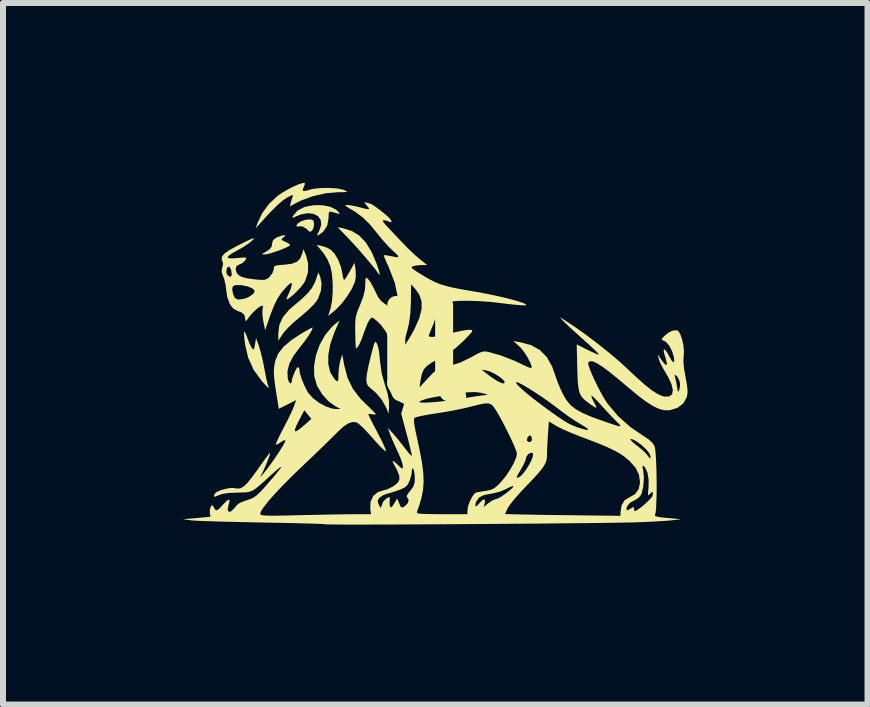
<source format=kicad_pcb>
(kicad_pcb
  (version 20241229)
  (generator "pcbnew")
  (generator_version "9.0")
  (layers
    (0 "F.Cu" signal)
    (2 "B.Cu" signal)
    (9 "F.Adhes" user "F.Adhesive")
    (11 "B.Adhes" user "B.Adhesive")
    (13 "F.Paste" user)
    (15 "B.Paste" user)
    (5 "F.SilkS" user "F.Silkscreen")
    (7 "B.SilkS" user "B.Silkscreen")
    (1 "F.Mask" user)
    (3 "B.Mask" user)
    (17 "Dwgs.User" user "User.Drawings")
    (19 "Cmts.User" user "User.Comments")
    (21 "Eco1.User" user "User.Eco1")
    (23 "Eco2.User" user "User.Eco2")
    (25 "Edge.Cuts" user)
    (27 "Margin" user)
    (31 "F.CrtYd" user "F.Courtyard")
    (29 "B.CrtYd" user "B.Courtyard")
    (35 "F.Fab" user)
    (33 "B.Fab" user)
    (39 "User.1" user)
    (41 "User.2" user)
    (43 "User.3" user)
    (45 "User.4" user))
  (footprint "ll"
    (layer "F.Cu")
    (at 3.991 2.869)
    (property "Reference" "ll" (at 0 0 0) (layer "F.SilkS") (effects (font (size 1.524 1.524) (thickness 0.3))))
    (attr board_only exclude_from_pos_files exclude_from_bom)
    (fp_poly (pts (xy -1.819 -2.244) (xy -1.807 -2.203) (xy -1.806 -2.194) (xy -1.811 -2.132) (xy -1.835 -2.079) (xy -1.867 -2.054) (xy -1.874 -2.054) (xy -1.9 -2.072) (xy -1.936 -2.107) (xy -1.999 -2.145) (xy -2.042 -2.146) (xy -2.087 -2.143) (xy -2.102 -2.152) (xy -2.08 -2.192) (xy -2.024 -2.228) (xy -1.95 -2.254) (xy -1.912 -2.259) (xy -1.848 -2.259)) (stroke (width 0) (type solid)) (fill yes) (layer "F.SilkS"))
    (fp_poly (pts (xy -1.326 -2.115) (xy -1.178 -2.069) (xy -1.051 -1.991) (xy -0.942 -1.876) (xy -0.847 -1.721) (xy -0.762 -1.522) (xy -0.748 -1.481) (xy -0.719 -1.389) (xy -0.709 -1.342) (xy -0.72 -1.34) (xy -0.742 -1.371) (xy -0.783 -1.428) (xy -0.85 -1.511) (xy -0.935 -1.612) (xy -1.029 -1.721) (xy -1.125 -1.829) (xy -1.214 -1.925) (xy -1.248 -1.961) (xy -1.414 -2.132)) (stroke (width 0) (type solid)) (fill yes) (layer "F.SilkS"))
    (fp_poly (pts (xy -1.702 -1.302) (xy -1.68 -1.19) (xy -1.693 -1.064) (xy -1.739 -0.941) (xy -1.768 -0.894) (xy -1.819 -0.834) (xy -1.897 -0.757) (xy -1.991 -0.674) (xy -2.047 -0.627) (xy -2.144 -0.546) (xy -2.234 -0.46) (xy -2.303 -0.385) (xy -2.329 -0.35) (xy -2.402 -0.238) (xy -2.402 -0.361) (xy -2.384 -0.503) (xy -2.325 -0.632) (xy -2.223 -0.754) (xy -2.144 -0.823) (xy -2.01 -0.935) (xy -1.911 -1.031) (xy -1.842 -1.117) (xy -1.795 -1.203) (xy -1.777 -1.251) (xy -1.734 -1.379)) (stroke (width 0) (type solid)) (fill yes) (layer "F.SilkS"))
    (fp_poly (pts (xy -0.768 -0.208) (xy -0.754 -0.183) (xy -0.735 -0.124) (xy -0.719 -0.033) (xy -0.709 0.071) (xy -0.708 0.084) (xy -0.678 0.305) (xy -0.623 0.5) (xy -0.579 0.643) (xy -0.558 0.756) (xy -0.555 0.848) (xy -0.563 0.976) (xy -0.608 0.867) (xy -0.675 0.747) (xy -0.773 0.631) (xy -0.875 0.543) (xy -0.909 0.51) (xy -0.929 0.464) (xy -0.934 0.399) (xy -0.923 0.305) (xy -0.898 0.178) (xy -0.862 0.028) (xy -0.831 -0.092) (xy -0.81 -0.169) (xy -0.794 -0.21) (xy -0.781 -0.221)) (stroke (width 0) (type solid)) (fill yes) (layer "F.SilkS"))
    (fp_poly (pts (xy -2.287 -1.989) (xy -2.313 -1.964) (xy -2.345 -1.937) (xy -2.345 -1.919) (xy -2.309 -1.899) (xy -2.271 -1.882) (xy -2.222 -1.856) (xy -2.202 -1.834) (xy -2.225 -1.815) (xy -2.282 -1.787) (xy -2.361 -1.754) (xy -2.449 -1.723) (xy -2.533 -1.696) (xy -2.6 -1.68) (xy -2.628 -1.677) (xy -2.667 -1.68) (xy -2.668 -1.689) (xy -2.626 -1.713) (xy -2.615 -1.719) (xy -2.545 -1.764) (xy -2.511 -1.812) (xy -2.503 -1.872) (xy -2.486 -1.921) (xy -2.43 -1.959) (xy -2.416 -1.966) (xy -2.342 -1.992) (xy -2.297 -2)) (stroke (width 0) (type solid)) (fill yes) (layer "F.SilkS"))
    (fp_poly (pts (xy -2.957 -0.377) (xy -2.933 -0.328) (xy -2.917 -0.283) (xy -2.886 -0.203) (xy -2.855 -0.138) (xy -2.842 -0.117) (xy -2.82 -0.094) (xy -2.806 -0.104) (xy -2.794 -0.153) (xy -2.79 -0.177) (xy -2.772 -0.283) (xy -2.724 -0.148) (xy -2.697 -0.058) (xy -2.668 0.06) (xy -2.642 0.182) (xy -2.637 0.21) (xy -2.617 0.317) (xy -2.598 0.411) (xy -2.581 0.477) (xy -2.576 0.491) (xy -2.563 0.536) (xy -2.564 0.551) (xy -2.584 0.533) (xy -2.627 0.488) (xy -2.678 0.432) (xy -2.813 0.246) (xy -2.905 0.041) (xy -2.954 -0.171) (xy -2.966 -0.267) (xy -2.973 -0.343) (xy -2.973 -0.386) (xy -2.971 -0.391)) (stroke (width 0) (type solid)) (fill yes) (layer "F.SilkS"))
    (fp_poly (pts (xy -1.676 -1.818) (xy -1.596 -1.793) (xy -1.527 -1.756) (xy -1.46 -1.686) (xy -1.4 -1.582) (xy -1.355 -1.462) (xy -1.336 -1.371) (xy -1.324 -1.302) (xy -1.311 -1.259) (xy -1.304 -1.252) (xy -1.285 -1.272) (xy -1.251 -1.325) (xy -1.21 -1.395) (xy -1.131 -1.538) (xy -1.113 -1.422) (xy -1.109 -1.31) (xy -1.125 -1.217) (xy -1.176 -1.104) (xy -1.254 -0.978) (xy -1.346 -0.857) (xy -1.441 -0.759) (xy -1.457 -0.745) (xy -1.571 -0.652) (xy -1.533 -0.77) (xy -1.508 -0.889) (xy -1.495 -1.038) (xy -1.495 -1.198) (xy -1.507 -1.35) (xy -1.532 -1.474) (xy -1.533 -1.477) (xy -1.58 -1.589) (xy -1.647 -1.698) (xy -1.669 -1.725) (xy -1.763 -1.835)) (stroke (width 0) (type solid)) (fill yes) (layer "F.SilkS"))
    (fp_poly (pts (xy -1.662 -2.497) (xy -1.538 -2.473) (xy -1.442 -2.426) (xy -1.411 -2.399) (xy -1.38 -2.362) (xy -1.384 -2.353) (xy -1.42 -2.362) (xy -1.486 -2.38) (xy -1.52 -2.39) (xy -1.547 -2.39) (xy -1.56 -2.365) (xy -1.564 -2.303) (xy -1.564 -2.279) (xy -1.586 -2.156) (xy -1.652 -2.057) (xy -1.731 -2) (xy -1.753 -1.993) (xy -1.751 -2.012) (xy -1.724 -2.066) (xy -1.72 -2.072) (xy -1.686 -2.17) (xy -1.695 -2.252) (xy -1.739 -2.315) (xy -1.812 -2.354) (xy -1.909 -2.365) (xy -2.022 -2.345) (xy -2.11 -2.31) (xy -2.157 -2.288) (xy -2.169 -2.292) (xy -2.156 -2.32) (xy -2.083 -2.407) (xy -1.97 -2.466) (xy -1.939 -2.475) (xy -1.8 -2.499)) (stroke (width 0) (type solid)) (fill yes) (layer "F.SilkS"))
    (fp_poly (pts (xy -1.959 -2.869) (xy -1.959 -2.868) (xy -1.961 -2.841) (xy -1.977 -2.803) (xy -1.996 -2.754) (xy -1.981 -2.734) (xy -1.928 -2.742) (xy -1.885 -2.755) (xy -1.795 -2.775) (xy -1.677 -2.785) (xy -1.55 -2.786) (xy -1.43 -2.778) (xy -1.334 -2.761) (xy -1.306 -2.751) (xy -1.267 -2.733) (xy -1.255 -2.722) (xy -1.278 -2.717) (xy -1.339 -2.715) (xy -1.418 -2.714) (xy -1.618 -2.696) (xy -1.826 -2.648) (xy -2.021 -2.577) (xy -2.099 -2.538) (xy -2.208 -2.478) (xy -2.196 -2.534) (xy -2.177 -2.601) (xy -2.164 -2.636) (xy -2.156 -2.662) (xy -2.169 -2.667) (xy -2.212 -2.648) (xy -2.246 -2.631) (xy -2.324 -2.579) (xy -2.423 -2.493) (xy -2.546 -2.37) (xy -2.694 -2.208) (xy -2.7 -2.202) (xy -2.777 -2.115) (xy -2.751 -2.193) (xy -2.672 -2.362) (xy -2.555 -2.522) (xy -2.411 -2.655) (xy -2.41 -2.656) (xy -2.33 -2.71) (xy -2.237 -2.764) (xy -2.143 -2.812) (xy -2.058 -2.849) (xy -1.993 -2.869)) (stroke (width 0) (type solid)) (fill yes) (layer "F.SilkS"))
    (fp_poly (pts (xy -2.807 -1.943) (xy -2.823 -1.923) (xy -2.833 -1.912) (xy -2.889 -1.866) (xy -2.973 -1.809) (xy -3.066 -1.755) (xy -3.069 -1.754) (xy -3.175 -1.694) (xy -3.234 -1.651) (xy -3.246 -1.624) (xy -3.212 -1.612) (xy -3.133 -1.613) (xy -3.09 -1.617) (xy -3.002 -1.625) (xy -2.954 -1.626) (xy -2.937 -1.617) (xy -2.943 -1.595) (xy -2.949 -1.583) (xy -2.994 -1.537) (xy -3.037 -1.517) (xy -3.097 -1.486) (xy -3.113 -1.433) (xy -3.1 -1.382) (xy -3.07 -1.336) (xy -3.012 -1.303) (xy -2.92 -1.279) (xy -2.786 -1.261) (xy -2.778 -1.26) (xy -2.686 -1.253) (xy -2.628 -1.255) (xy -2.588 -1.27) (xy -2.551 -1.3) (xy -2.542 -1.309) (xy -2.498 -1.369) (xy -2.478 -1.429) (xy -2.477 -1.435) (xy -2.474 -1.467) (xy -2.457 -1.486) (xy -2.415 -1.497) (xy -2.338 -1.504) (xy -2.304 -1.506) (xy -2.179 -1.521) (xy -2.093 -1.554) (xy -2.037 -1.609) (xy -2.005 -1.687) (xy -1.983 -1.764) (xy -1.942 -1.671) (xy -1.904 -1.526) (xy -1.907 -1.378) (xy -1.952 -1.24) (xy -1.976 -1.198) (xy -2.025 -1.134) (xy -2.089 -1.065) (xy -2.157 -1) (xy -2.217 -0.95) (xy -2.259 -0.927) (xy -2.264 -0.926) (xy -2.262 -0.946) (xy -2.242 -0.995) (xy -2.228 -1.025) (xy -2.196 -1.099) (xy -2.178 -1.163) (xy -2.177 -1.177) (xy -2.182 -1.202) (xy -2.2 -1.198) (xy -2.24 -1.163) (xy -2.279 -1.122) (xy -2.356 -1.032) (xy -2.419 -0.934) (xy -2.476 -0.817) (xy -2.534 -0.668) (xy -2.553 -0.613) (xy -2.621 -0.413) (xy -2.65 -0.554) (xy -2.664 -0.644) (xy -2.668 -0.724) (xy -2.664 -0.76) (xy -2.657 -0.808) (xy -2.663 -0.826) (xy -2.709 -0.808) (xy -2.771 -0.761) (xy -2.837 -0.696) (xy -2.882 -0.642) (xy -2.924 -0.585) (xy -2.945 -0.566) (xy -2.952 -0.581) (xy -2.953 -0.606) (xy -2.968 -0.671) (xy -3.018 -0.713) (xy -3.082 -0.735) (xy -3.154 -0.776) (xy -3.213 -0.857) (xy -3.253 -0.968) (xy -3.268 -1.072) (xy -3.271 -1.094) (xy -3.171 -1.094) (xy -3.152 -1.01) (xy -3.125 -0.952) (xy -3.086 -0.929) (xy -3.05 -0.926) (xy -2.971 -0.938) (xy -2.906 -0.962) (xy -2.846 -1) (xy -2.806 -1.035) (xy -2.797 -1.074) (xy -2.833 -1.111) (xy -2.908 -1.143) (xy -3.016 -1.165) (xy -3.018 -1.165) (xy -3.109 -1.168) (xy -3.159 -1.146) (xy -3.171 -1.094) (xy -3.271 -1.094) (xy -3.281 -1.172) (xy -3.304 -1.267) (xy -3.319 -1.308) (xy -3.345 -1.383) (xy -3.344 -1.409) (xy -3.268 -1.409) (xy -3.263 -1.358) (xy -3.252 -1.338) (xy -3.211 -1.304) (xy -3.184 -1.315) (xy -3.178 -1.349) (xy -3.187 -1.416) (xy -3.209 -1.463) (xy -3.229 -1.476) (xy -3.255 -1.456) (xy -3.268 -1.409) (xy -3.344 -1.409) (xy -3.342 -1.44) (xy -3.335 -1.46) (xy -3.322 -1.521) (xy -3.33 -1.555) (xy -3.347 -1.603) (xy -3.337 -1.648) (xy -3.296 -1.695) (xy -3.219 -1.749) (xy -3.102 -1.813) (xy -3.043 -1.843) (xy -2.93 -1.899) (xy -2.856 -1.933) (xy -2.817 -1.947)) (stroke (width 0) (type solid)) (fill yes) (layer "F.SilkS"))
    (fp_poly (pts (xy -0.943 -2.544) (xy -0.894 -2.53) (xy -0.877 -2.527) (xy -0.842 -2.512) (xy -0.782 -2.473) (xy -0.709 -2.419) (xy -0.635 -2.36) (xy -0.572 -2.304) (xy -0.532 -2.263) (xy -0.526 -2.254) (xy -0.511 -2.219) (xy -0.527 -2.215) (xy -0.564 -2.228) (xy -0.632 -2.249) (xy -0.66 -2.245) (xy -0.649 -2.214) (xy -0.598 -2.153) (xy -0.578 -2.133) (xy -0.504 -2.055) (xy -0.413 -1.959) (xy -0.324 -1.865) (xy -0.313 -1.854) (xy -0.226 -1.765) (xy -0.133 -1.677) (xy -0.052 -1.606) (xy -0.042 -1.598) (xy 0.08 -1.501) (xy -0.017 -1.5) (xy -0.093 -1.494) (xy -0.154 -1.482) (xy -0.16 -1.479) (xy -0.18 -1.465) (xy -0.171 -1.445) (xy -0.127 -1.412) (xy -0.085 -1.385) (xy 0.032 -1.313) (xy 0.13 -1.257) (xy 0.22 -1.213) (xy 0.31 -1.177) (xy 0.411 -1.147) (xy 0.531 -1.119) (xy 0.681 -1.091) (xy 0.87 -1.058) (xy 0.901 -1.053) (xy 1.055 -1.025) (xy 1.205 -0.994) (xy 1.348 -0.962) (xy 1.476 -0.93) (xy 1.584 -0.9) (xy 1.667 -0.873) (xy 1.719 -0.851) (xy 1.733 -0.836) (xy 1.705 -0.828) (xy 1.7 -0.828) (xy 1.639 -0.831) (xy 1.543 -0.839) (xy 1.426 -0.852) (xy 1.325 -0.864) (xy 1.135 -0.886) (xy 0.946 -0.899) (xy 0.768 -0.905) (xy 0.609 -0.903) (xy 0.479 -0.893) (xy 0.387 -0.874) (xy 0.371 -0.868) (xy 0.308 -0.834) (xy 0.272 -0.786) (xy 0.251 -0.721) (xy 0.224 -0.628) (xy 0.182 -0.511) (xy 0.121 -0.363) (xy 0.108 -0.332) (xy 0.114 -0.308) (xy 0.16 -0.302) (xy 0.248 -0.312) (xy 0.38 -0.34) (xy 0.477 -0.365) (xy 0.59 -0.391) (xy 0.691 -0.411) (xy 0.766 -0.421) (xy 0.794 -0.421) (xy 0.823 -0.416) (xy 0.834 -0.404) (xy 0.822 -0.38) (xy 0.783 -0.336) (xy 0.714 -0.265) (xy 0.685 -0.236) (xy 0.549 -0.112) (xy 0.406 -0.012) (xy 0.276 0.061) (xy 0.158 0.125) (xy 0.077 0.181) (xy 0.025 0.239) (xy -0.007 0.31) (xy -0.027 0.403) (xy -0.033 0.438) (xy -0.047 0.538) (xy 0.095 0.384) (xy 0.168 0.307) (xy 0.225 0.259) (xy 0.254 0.243) (xy 0.988 0.243) (xy 1.051 0.293) (xy 1.156 0.373) (xy 1.246 0.431) (xy 1.316 0.466) (xy 1.36 0.474) (xy 1.366 0.464) (xy 1.562 0.464) (xy 1.592 0.503) (xy 1.653 0.563) (xy 1.739 0.637) (xy 1.845 0.723) (xy 1.965 0.815) (xy 1.977 0.824) (xy 2.129 0.935) (xy 2.249 1.021) (xy 2.344 1.084) (xy 2.421 1.131) (xy 2.488 1.166) (xy 2.553 1.193) (xy 2.585 1.205) (xy 2.689 1.237) (xy 2.749 1.249) (xy 2.765 1.24) (xy 2.737 1.213) (xy 2.663 1.167) (xy 2.646 1.157) (xy 2.557 1.103) (xy 2.444 1.028) (xy 2.324 0.941) (xy 2.225 0.866) (xy 2.115 0.784) (xy 1.997 0.7) (xy 1.877 0.621) (xy 1.766 0.551) (xy 1.671 0.495) (xy 1.6 0.46) (xy 1.566 0.45) (xy 1.562 0.464) (xy 1.366 0.464) (xy 1.373 0.454) (xy 1.37 0.444) (xy 1.338 0.403) (xy 1.275 0.354) (xy 1.197 0.307) (xy 1.118 0.271) (xy 1.076 0.259) (xy 0.988 0.243) (xy 0.254 0.243) (xy 0.282 0.228) (xy 0.356 0.206) (xy 0.427 0.189) (xy 0.635 0.124) (xy 0.812 0.037) (xy 0.908 -0.016) (xy 0.974 -0.047) (xy 1.023 -0.06) (xy 1.07 -0.058) (xy 1.111 -0.05) (xy 1.313 0.008) (xy 1.528 0.092) (xy 1.648 0.148) (xy 1.728 0.186) (xy 1.788 0.211) (xy 1.818 0.217) (xy 1.819 0.217) (xy 1.82 0.184) (xy 1.797 0.123) (xy 1.758 0.047) (xy 1.709 -0.032) (xy 1.656 -0.103) (xy 1.619 -0.141) (xy 1.518 -0.233) (xy 1.628 -0.215) (xy 1.81 -0.167) (xy 1.958 -0.085) (xy 2.075 0.034) (xy 2.164 0.193) (xy 2.206 0.311) (xy 2.247 0.43) (xy 2.301 0.561) (xy 2.346 0.656) (xy 2.404 0.754) (xy 2.471 0.834) (xy 2.556 0.902) (xy 2.667 0.964) (xy 2.813 1.027) (xy 2.947 1.076) (xy 3.093 1.127) (xy 3.197 1.163) (xy 3.263 1.183) (xy 3.297 1.188) (xy 3.302 1.179) (xy 3.283 1.155) (xy 3.246 1.118) (xy 3.225 1.097) (xy 3.153 1.022) (xy 3.066 0.929) (xy 2.982 0.837) (xy 2.978 0.832) (xy 2.912 0.761) (xy 2.858 0.706) (xy 2.824 0.678) (xy 2.819 0.676) (xy 2.819 0.695) (xy 2.839 0.745) (xy 2.862 0.789) (xy 2.893 0.848) (xy 2.902 0.876) (xy 2.883 0.874) (xy 2.833 0.842) (xy 2.765 0.794) (xy 2.704 0.747) (xy 2.659 0.7) (xy 2.627 0.645) (xy 2.606 0.573) (xy 2.593 0.476) (xy 2.586 0.344) (xy 2.582 0.205) (xy 2.573 -0.178) (xy 2.753 -0.087) (xy 2.838 -0.047) (xy 2.904 -0.018) (xy 2.94 -0.007) (xy 2.944 -0.008) (xy 2.93 -0.027) (xy 2.885 -0.073) (xy 2.814 -0.141) (xy 2.724 -0.223) (xy 2.672 -0.269) (xy 2.569 -0.362) (xy 2.475 -0.447) (xy 2.4 -0.517) (xy 2.351 -0.564) (xy 2.34 -0.576) (xy 2.29 -0.632) (xy 2.366 -0.585) (xy 2.534 -0.475) (xy 2.724 -0.341) (xy 2.922 -0.191) (xy 3.116 -0.036) (xy 3.292 0.113) (xy 3.415 0.226) (xy 3.579 0.38) (xy 3.715 0.5) (xy 3.826 0.588) (xy 3.919 0.647) (xy 3.995 0.682) (xy 4.037 0.692) (xy 4.117 0.69) (xy 4.163 0.653) (xy 4.176 0.585) (xy 4.154 0.489) (xy 4.098 0.368) (xy 4.085 0.346) (xy 4.206 0.346) (xy 4.214 0.375) (xy 4.23 0.443) (xy 4.245 0.525) (xy 4.247 0.537) (xy 4.257 0.596) (xy 4.267 0.611) (xy 4.28 0.587) (xy 4.284 0.576) (xy 4.296 0.505) (xy 4.291 0.447) (xy 4.266 0.384) (xy 4.236 0.346) (xy 4.208 0.328) (xy 4.206 0.346) (xy 4.085 0.346) (xy 4.058 0.299) (xy 4.006 0.21) (xy 3.964 0.126) (xy 3.941 0.065) (xy 3.941 0.063) (xy 3.924 -0.013) (xy 3.975 0.066) (xy 4.016 0.123) (xy 4.052 0.161) (xy 4.056 0.164) (xy 4.073 0.165) (xy 4.075 0.135) (xy 4.059 0.067) (xy 4.033 -0.02) (xy 4.021 -0.078) (xy 4.03 -0.096) (xy 4.056 -0.078) (xy 4.092 -0.025) (xy 4.116 0.021) (xy 4.157 0.093) (xy 4.185 0.121) (xy 4.199 0.104) (xy 4.194 0.043) (xy 4.192 0.031) (xy 4.162 -0.068) (xy 4.115 -0.157) (xy 4.06 -0.22) (xy 4.026 -0.239) (xy 3.992 -0.252) (xy 3.992 -0.27) (xy 4.025 -0.309) (xy 4.029 -0.313) (xy 4.101 -0.373) (xy 4.175 -0.408) (xy 4.239 -0.414) (xy 4.264 -0.403) (xy 4.298 -0.352) (xy 4.328 -0.267) (xy 4.351 -0.166) (xy 4.361 -0.066) (xy 4.357 0.014) (xy 4.351 0.104) (xy 4.363 0.229) (xy 4.387 0.361) (xy 4.409 0.485) (xy 4.42 0.572) (xy 4.42 0.638) (xy 4.409 0.694) (xy 4.407 0.703) (xy 4.352 0.804) (xy 4.259 0.877) (xy 4.136 0.917) (xy 4.115 0.92) (xy 4.033 0.92) (xy 3.947 0.898) (xy 3.849 0.852) (xy 3.734 0.78) (xy 3.596 0.676) (xy 3.431 0.539) (xy 3.427 0.536) (xy 3.251 0.388) (xy 3.108 0.273) (xy 2.994 0.189) (xy 2.906 0.134) (xy 2.841 0.105) (xy 2.796 0.102) (xy 2.767 0.122) (xy 2.765 0.125) (xy 2.767 0.161) (xy 2.79 0.23) (xy 2.828 0.324) (xy 2.878 0.433) (xy 2.935 0.548) (xy 2.994 0.659) (xy 3.051 0.756) (xy 3.089 0.812) (xy 3.26 1.015) (xy 3.467 1.199) (xy 3.663 1.333) (xy 3.77 1.404) (xy 3.837 1.466) (xy 3.87 1.518) (xy 3.881 1.569) (xy 3.89 1.657) (xy 3.897 1.775) (xy 3.902 1.912) (xy 3.905 2.06) (xy 3.906 2.209) (xy 3.904 2.352) (xy 3.9 2.478) (xy 3.894 2.58) (xy 3.885 2.647) (xy 3.877 2.669) (xy 3.881 2.684) (xy 3.925 2.697) (xy 4.015 2.71) (xy 4.084 2.716) (xy 4.317 2.736) (xy 4.167 2.754) (xy 4.089 2.761) (xy 3.974 2.769) (xy 3.835 2.777) (xy 3.683 2.784) (xy 3.604 2.787) (xy 3.516 2.79) (xy 3.387 2.792) (xy 3.223 2.795) (xy 3.025 2.798) (xy 2.799 2.801) (xy 2.548 2.803) (xy 2.277 2.806) (xy 1.989 2.809) (xy 1.688 2.811) (xy 1.379 2.814) (xy 1.066 2.816) (xy 0.752 2.818) (xy 0.441 2.82) (xy 0.138 2.822) (xy -0.153 2.823) (xy -0.429 2.825) (xy -0.686 2.825) (xy -0.919 2.826) (xy -1.125 2.826) (xy -1.298 2.826) (xy -1.437 2.825) (xy -1.536 2.824) (xy -1.591 2.823) (xy -1.602 2.822) (xy -1.628 2.819) (xy -1.7 2.815) (xy -1.811 2.811) (xy -1.957 2.807) (xy -2.131 2.802) (xy -2.33 2.798) (xy -2.547 2.794) (xy -2.665 2.792) (xy -2.895 2.787) (xy -3.115 2.782) (xy -3.318 2.777) (xy -3.497 2.772) (xy -3.648 2.767) (xy -3.763 2.762) (xy -3.837 2.757) (xy -3.854 2.755) (xy -3.991 2.737) (xy -3.761 2.717) (xy -3.531 2.696) (xy -3.543 2.631) (xy -3.543 2.581) (xy -3.53 2.534) (xy -3.51 2.506) (xy -3.492 2.509) (xy -3.489 2.515) (xy -3.46 2.571) (xy -3.432 2.59) (xy -3.395 2.57) (xy -3.339 2.511) (xy -3.331 2.502) (xy -3.266 2.434) (xy -3.227 2.409) (xy -3.213 2.425) (xy -3.226 2.485) (xy -3.231 2.5) (xy -3.246 2.572) (xy -3.234 2.607) (xy -3.211 2.615) (xy -3.178 2.597) (xy -3.128 2.545) (xy -3.085 2.494) (xy -3.045 2.466) (xy -2.975 2.436) (xy -2.917 2.417) (xy -2.856 2.396) (xy -2.805 2.371) (xy -2.754 2.332) (xy -2.693 2.273) (xy -2.615 2.187) (xy -2.574 2.139) (xy -2.467 2.016) (xy -2.396 1.929) (xy -2.358 1.877) (xy -2.354 1.861) (xy -2.383 1.88) (xy -2.447 1.933) (xy -2.524 2.002) (xy -2.638 2.106) (xy -2.723 2.181) (xy -2.788 2.233) (xy -2.842 2.265) (xy -2.895 2.282) (xy -2.954 2.29) (xy -3.03 2.292) (xy -3.087 2.293) (xy -3.232 2.299) (xy -3.335 2.315) (xy -3.398 2.337) (xy -3.456 2.361) (xy -3.477 2.353) (xy -3.46 2.313) (xy -3.457 2.307) (xy -3.417 2.277) (xy -3.345 2.248) (xy -3.261 2.226) (xy -3.183 2.215) (xy -3.138 2.218) (xy -3.079 2.227) (xy -3.027 2.219) (xy -2.975 2.188) (xy -2.915 2.13) (xy -2.843 2.04) (xy -2.751 1.914) (xy -2.678 1.811) (xy -2.615 1.724) (xy -2.568 1.661) (xy -2.542 1.629) (xy -2.539 1.627) (xy -2.54 1.647) (xy -2.556 1.701) (xy -2.585 1.777) (xy -2.62 1.861) (xy -2.651 1.929) (xy -2.705 2.04) (xy -2.64 1.964) (xy -2.585 1.895) (xy -2.521 1.808) (xy -2.454 1.712) (xy -2.39 1.617) (xy -2.336 1.531) (xy -2.298 1.465) (xy -2.282 1.427) (xy -2.282 1.424) (xy -2.305 1.42) (xy -2.35 1.445) (xy -2.36 1.452) (xy -2.41 1.485) (xy -2.441 1.495) (xy -2.443 1.494) (xy -2.437 1.468) (xy -2.411 1.408) (xy -2.369 1.322) (xy -2.33 1.245) (xy -2.126 1.245) (xy -2.122 1.273) (xy -2.087 1.262) (xy -2.021 1.213) (xy -1.97 1.169) (xy -1.85 1.064) (xy -1.909 0.992) (xy -1.967 0.92) (xy -2.047 1.07) (xy -2.101 1.178) (xy -2.126 1.245) (xy -2.33 1.245) (xy -2.318 1.222) (xy -2.258 1.108) (xy -2.204 0.998) (xy -2.162 0.907) (xy -2.142 0.857) (xy -2.104 0.751) (xy -2.249 0.824) (xy -2.393 0.897) (xy -2.436 0.63) (xy -2.459 0.476) (xy -2.472 0.36) (xy -2.476 0.268) (xy -2.47 0.19) (xy -2.456 0.113) (xy -2.449 0.086) (xy -2.402 -0.027) (xy -2.315 -0.137) (xy -2.185 -0.248) (xy -2.033 -0.348) (xy -1.945 -0.4) (xy -1.876 -0.439) (xy -1.835 -0.459) (xy -1.827 -0.461) (xy -1.842 -0.416) (xy -1.883 -0.344) (xy -1.944 -0.255) (xy -2.017 -0.16) (xy -2.034 -0.139) (xy -2.147 0.011) (xy -2.218 0.145) (xy -2.249 0.268) (xy -2.244 0.387) (xy -2.236 0.419) (xy -2.215 0.463) (xy -2.191 0.474) (xy -2.177 0.446) (xy -2.177 0.438) (xy -2.168 0.388) (xy -2.145 0.323) (xy -2.117 0.259) (xy -2.09 0.212) (xy -2.074 0.2) (xy -2.054 0.22) (xy -2.052 0.233) (xy -2.04 0.307) (xy -2.009 0.406) (xy -1.965 0.512) (xy -1.916 0.608) (xy -1.901 0.632) (xy -1.825 0.718) (xy -1.721 0.796) (xy -1.606 0.858) (xy -1.495 0.894) (xy -1.441 0.9) (xy -1.364 0.899) (xy -1.454 0.851) (xy -1.565 0.771) (xy -1.668 0.656) (xy -1.75 0.523) (xy -1.76 0.502) (xy -1.802 0.351) (xy -1.806 0.183) (xy -1.775 0.006) (xy -1.713 -0.169) (xy -1.623 -0.331) (xy -1.508 -0.47) (xy -1.446 -0.524) (xy -1.38 -0.577) (xy -1.469 -0.371) (xy -1.535 -0.182) (xy -1.568 -0.005) (xy -1.568 0.155) (xy -1.534 0.291) (xy -1.468 0.396) (xy -1.451 0.414) (xy -1.422 0.437) (xy -1.407 0.434) (xy -1.401 0.398) (xy -1.399 0.323) (xy -1.392 0.223) (xy -1.376 0.124) (xy -1.366 0.088) (xy -1.335 -0.013) (xy -1.304 0.163) (xy -1.248 0.377) (xy -1.159 0.562) (xy -1.03 0.729) (xy -0.951 0.808) (xy -0.875 0.88) (xy -0.816 0.939) (xy -0.781 0.977) (xy -0.776 0.986) (xy -0.796 0.993) (xy -0.838 0.986) (xy -0.885 0.98) (xy -0.901 0.988) (xy -0.89 1.015) (xy -0.859 1.078) (xy -0.814 1.166) (xy -0.758 1.273) (xy -0.749 1.291) (xy -0.692 1.4) (xy -0.647 1.494) (xy -0.616 1.565) (xy -0.605 1.602) (xy -0.606 1.604) (xy -0.624 1.596) (xy -0.669 1.557) (xy -0.733 1.491) (xy -0.81 1.406) (xy -0.825 1.389) (xy -0.909 1.295) (xy -0.987 1.214) (xy -1.051 1.155) (xy -1.091 1.125) (xy -1.093 1.124) (xy -1.159 1.115) (xy -1.232 1.137) (xy -1.318 1.195) (xy -1.422 1.291) (xy -1.439 1.309) (xy -1.503 1.373) (xy -1.596 1.464) (xy -1.709 1.574) (xy -1.834 1.694) (xy -1.964 1.817) (xy -1.994 1.846) (xy -2.167 2.012) (xy -2.321 2.167) (xy -2.453 2.307) (xy -2.561 2.429) (xy -2.641 2.529) (xy -2.689 2.603) (xy -2.703 2.644) (xy -2.699 2.656) (xy -2.685 2.666) (xy -2.656 2.672) (xy -2.604 2.676) (xy -2.526 2.678) (xy -2.415 2.677) (xy -2.267 2.675) (xy -2.074 2.67) (xy -2.033 2.669) (xy -1.839 2.665) (xy -1.646 2.661) (xy -1.464 2.657) (xy -1.305 2.655) (xy -1.178 2.653) (xy -1.11 2.653) (xy -0.856 2.653) (xy -0.869 2.554) (xy -0.863 2.443) (xy -0.852 2.421) (xy -0.743 2.421) (xy -0.74 2.463) (xy -0.725 2.496) (xy -0.702 2.54) (xy -0.689 2.542) (xy -0.681 2.515) (xy -0.659 2.456) (xy -0.644 2.432) (xy -0.598 2.392) (xy -0.575 2.377) (xy -0.545 2.368) (xy -0.541 2.395) (xy -0.545 2.416) (xy -0.547 2.481) (xy -0.54 2.519) (xy -0.525 2.54) (xy -0.503 2.525) (xy -0.472 2.477) (xy -0.42 2.392) (xy -0.385 2.475) (xy -0.36 2.529) (xy -0.336 2.543) (xy -0.301 2.526) (xy -0.294 2.521) (xy -0.245 2.472) (xy -0.228 2.42) (xy -0.248 2.379) (xy -0.252 2.376) (xy -0.263 2.353) (xy -0.241 2.311) (xy -0.205 2.266) (xy -0.152 2.195) (xy -0.129 2.126) (xy -0.126 2.057) (xy -0.131 1.979) (xy -0.143 1.917) (xy -0.15 1.902) (xy -0.168 1.885) (xy -0.174 1.911) (xy -0.175 1.933) (xy -0.184 2) (xy -0.208 2.082) (xy -0.215 2.101) (xy -0.247 2.164) (xy -0.29 2.205) (xy -0.362 2.24) (xy -0.384 2.248) (xy -0.474 2.279) (xy -0.558 2.305) (xy -0.592 2.313) (xy -0.663 2.341) (xy -0.715 2.379) (xy -0.743 2.421) (xy -0.852 2.421) (xy -0.819 2.35) (xy -0.743 2.286) (xy -0.682 2.265) (xy -0.574 2.234) (xy -0.48 2.185) (xy -0.411 2.128) (xy -0.383 2.079) (xy -0.385 2.011) (xy -0.421 1.921) (xy -0.434 1.896) (xy -0.479 1.812) (xy -0.496 1.769) (xy -0.485 1.764) (xy -0.446 1.796) (xy -0.413 1.827) (xy -0.361 1.876) (xy -0.335 1.893) (xy -0.326 1.88) (xy -0.325 1.85) (xy -0.336 1.799) (xy -0.364 1.718) (xy -0.404 1.624) (xy -0.416 1.601) (xy -0.463 1.498) (xy -0.507 1.399) (xy -0.537 1.322) (xy -0.54 1.314) (xy -0.575 1.214) (xy -0.484 1.314) (xy -0.421 1.388) (xy -0.346 1.481) (xy -0.284 1.561) (xy -0.232 1.627) (xy -0.194 1.669) (xy -0.176 1.679) (xy -0.175 1.676) (xy -0.181 1.642) (xy -0.198 1.569) (xy -0.223 1.467) (xy -0.254 1.347) (xy -0.264 1.311) (xy -0.326 1.078) (xy -0.141 1.078) (xy -0.136 1.142) (xy -0.119 1.245) (xy -0.092 1.369) (xy -0.041 1.606) (xy -0.005 1.803) (xy 0.016 1.971) (xy 0.021 2.117) (xy 0.011 2.251) (xy -0.015 2.382) (xy -0.056 2.518) (xy -0.092 2.618) (xy -0.089 2.631) (xy -0.066 2.64) (xy -0.016 2.647) (xy 0.067 2.65) (xy 0.189 2.652) (xy 0.323 2.653) (xy 0.751 2.653) (xy 0.751 2.651) (xy 1.378 2.651) (xy 1.684 2.658) (xy 1.796 2.66) (xy 1.948 2.663) (xy 2.127 2.666) (xy 2.322 2.668) (xy 2.522 2.671) (xy 2.646 2.672) (xy 3.303 2.68) (xy 3.303 2.62) (xy 3.313 2.557) (xy 3.403 2.557) (xy 3.407 2.587) (xy 3.426 2.587) (xy 3.466 2.563) (xy 3.51 2.537) (xy 3.526 2.54) (xy 3.528 2.562) (xy 3.535 2.597) (xy 3.542 2.603) (xy 3.578 2.586) (xy 3.636 2.545) (xy 3.704 2.489) (xy 3.768 2.43) (xy 3.817 2.378) (xy 3.838 2.346) (xy 3.844 2.293) (xy 3.828 2.282) (xy 3.792 2.316) (xy 3.792 2.317) (xy 3.772 2.338) (xy 3.763 2.331) (xy 3.763 2.289) (xy 3.77 2.212) (xy 3.772 2.081) (xy 3.754 1.966) (xy 3.717 1.881) (xy 3.692 1.853) (xy 3.673 1.843) (xy 3.67 1.865) (xy 3.681 1.926) (xy 3.682 1.93) (xy 3.693 2.046) (xy 3.684 2.18) (xy 3.657 2.303) (xy 3.651 2.321) (xy 3.613 2.372) (xy 3.56 2.408) (xy 3.464 2.461) (xy 3.412 2.521) (xy 3.403 2.557) (xy 3.313 2.557) (xy 3.321 2.505) (xy 3.371 2.421) (xy 3.442 2.377) (xy 3.543 2.32) (xy 3.607 2.232) (xy 3.629 2.123) (xy 3.611 1.996) (xy 3.556 1.882) (xy 3.458 1.77) (xy 3.447 1.76) (xy 3.375 1.699) (xy 3.296 1.644) (xy 3.201 1.591) (xy 3.082 1.535) (xy 2.932 1.472) (xy 2.744 1.4) (xy 2.739 1.398) (xy 3.467 1.398) (xy 3.476 1.42) (xy 3.518 1.463) (xy 3.59 1.52) (xy 3.595 1.523) (xy 3.666 1.581) (xy 3.727 1.64) (xy 3.745 1.662) (xy 3.782 1.711) (xy 3.799 1.722) (xy 3.804 1.7) (xy 3.804 1.69) (xy 3.784 1.64) (xy 3.733 1.574) (xy 3.661 1.506) (xy 3.58 1.445) (xy 3.553 1.429) (xy 3.492 1.4) (xy 3.467 1.398) (xy 2.739 1.398) (xy 2.707 1.386) (xy 2.571 1.334) (xy 2.44 1.28) (xy 2.329 1.23) (xy 2.248 1.191) (xy 2.228 1.179) (xy 2.109 1.106) (xy 2.093 1.333) (xy 2.086 1.45) (xy 2.08 1.563) (xy 2.077 1.651) (xy 2.077 1.67) (xy 2.074 1.728) (xy 2.061 1.781) (xy 2.034 1.837) (xy 1.989 1.902) (xy 1.921 1.984) (xy 1.825 2.087) (xy 1.715 2.202) (xy 1.62 2.304) (xy 1.535 2.401) (xy 1.468 2.485) (xy 1.426 2.545) (xy 1.42 2.558) (xy 1.378 2.651) (xy 0.751 2.651) (xy 0.751 2.592) (xy 0.762 2.521) (xy 0.763 2.517) (xy 0.882 2.517) (xy 0.9 2.522) (xy 0.939 2.484) (xy 0.955 2.465) (xy 1.004 2.415) (xy 1.036 2.406) (xy 1.045 2.437) (xy 1.04 2.468) (xy 1.023 2.534) (xy 1.102 2.468) (xy 1.163 2.426) (xy 1.216 2.404) (xy 1.226 2.402) (xy 1.264 2.389) (xy 1.322 2.355) (xy 1.388 2.309) (xy 1.45 2.261) (xy 1.498 2.218) (xy 1.518 2.189) (xy 1.517 2.184) (xy 1.49 2.188) (xy 1.435 2.212) (xy 1.396 2.233) (xy 1.294 2.277) (xy 1.174 2.307) (xy 1.139 2.312) (xy 1.023 2.335) (xy 0.947 2.375) (xy 0.901 2.438) (xy 0.889 2.471) (xy 0.882 2.517) (xy 0.763 2.517) (xy 0.791 2.44) (xy 0.829 2.364) (xy 0.869 2.309) (xy 0.893 2.293) (xy 0.944 2.282) (xy 1.022 2.269) (xy 1.064 2.263) (xy 1.138 2.248) (xy 1.197 2.221) (xy 1.256 2.172) (xy 1.306 2.121) (xy 1.378 2.034) (xy 1.573 2.034) (xy 1.577 2.048) (xy 1.605 2.038) (xy 1.625 2.028) (xy 1.668 1.989) (xy 1.722 1.92) (xy 1.775 1.836) (xy 1.819 1.753) (xy 1.84 1.695) (xy 1.846 1.644) (xy 1.825 1.627) (xy 1.822 1.627) (xy 1.767 1.648) (xy 1.731 1.699) (xy 1.727 1.727) (xy 1.714 1.768) (xy 1.682 1.836) (xy 1.641 1.91) (xy 1.594 1.99) (xy 1.573 2.034) (xy 1.378 2.034) (xy 1.386 2.024) (xy 1.461 1.915) (xy 1.522 1.806) (xy 1.563 1.711) (xy 1.577 1.645) (xy 1.565 1.6) (xy 1.534 1.521) (xy 1.491 1.424) (xy 1.741 1.424) (xy 1.77 1.449) (xy 1.793 1.451) (xy 1.821 1.431) (xy 1.827 1.403) (xy 1.815 1.352) (xy 1.786 1.34) (xy 1.754 1.372) (xy 1.754 1.372) (xy 1.741 1.424) (xy 1.491 1.424) (xy 1.488 1.417) (xy 1.431 1.299) (xy 1.369 1.176) (xy 1.307 1.058) (xy 1.247 0.954) (xy 1.218 0.907) (xy 1.182 0.855) (xy 1.146 0.821) (xy 1.101 0.806) (xy 1.038 0.807) (xy 0.946 0.825) (xy 0.818 0.857) (xy 0.797 0.863) (xy 0.677 0.891) (xy 0.527 0.922) (xy 0.367 0.951) (xy 0.229 0.973) (xy 0.104 0.992) (xy -0.004 1.012) (xy -0.085 1.031) (xy -0.128 1.045) (xy -0.132 1.048) (xy -0.141 1.078) (xy -0.326 1.078) (xy -0.353 0.976) (xy -0.305 0.817) (xy -0.295 0.777) (xy -0.05 0.777) (xy -0.048 0.788) (xy -0.004 0.793) (xy 0.075 0.792) (xy 0.18 0.785) (xy 0.304 0.774) (xy 0.439 0.758) (xy 0.578 0.739) (xy 0.663 0.725) (xy 0.785 0.705) (xy 0.897 0.687) (xy 0.985 0.675) (xy 1.026 0.67) (xy 1.074 0.665) (xy 1.084 0.659) (xy 1.053 0.648) (xy 0.986 0.632) (xy 0.924 0.621) (xy 0.858 0.617) (xy 0.776 0.62) (xy 0.668 0.631) (xy 0.521 0.65) (xy 0.516 0.651) (xy 0.328 0.679) (xy 0.185 0.704) (xy 0.079 0.727) (xy 0.004 0.75) (xy -0.045 0.774) (xy -0.05 0.777) (xy -0.295 0.777) (xy -0.284 0.735) (xy -0.273 0.658) (xy -0.273 0.574) (xy -0.286 0.472) (xy -0.31 0.338) (xy -0.323 0.275) (xy -0.341 0.188) (xy -0.442 0.488) (xy -0.489 0.35) (xy -0.527 0.168) (xy -0.531 0.038) (xy -0.535 -0.135) (xy -0.539 -0.159) (xy -0.317 -0.159) (xy -0.317 -0.141) (xy -0.306 -0.15) (xy -0.284 -0.179) (xy -0.267 -0.203) (xy -0.22 -0.276) (xy -0.165 -0.371) (xy -0.128 -0.441) (xy -0.051 -0.616) (xy -0.013 -0.765) (xy -0.013 -0.894) (xy -0.053 -1.009) (xy -0.12 -1.104) (xy -0.188 -1.179) (xy -0.191 -0.896) (xy -0.2 -0.698) (xy -0.222 -0.532) (xy -0.247 -0.425) (xy -0.282 -0.296) (xy -0.306 -0.209) (xy -0.317 -0.159) (xy -0.539 -0.159) (xy -0.558 -0.273) (xy -0.606 -0.387) (xy -0.681 -0.49) (xy -0.695 -0.506) (xy -0.757 -0.567) (xy -0.81 -0.611) (xy -0.839 -0.626) (xy -0.873 -0.601) (xy -0.914 -0.529) (xy -0.961 -0.41) (xy -0.986 -0.338) (xy -1.018 -0.251) (xy -1.054 -0.173) (xy -1.07 -0.147) (xy -1.089 -0.12) (xy -1.102 -0.112) (xy -1.11 -0.13) (xy -1.114 -0.181) (xy -1.117 -0.27) (xy -1.119 -0.359) (xy -1.12 -0.484) (xy -1.117 -0.574) (xy -1.108 -0.645) (xy -1.088 -0.713) (xy -1.057 -0.793) (xy -1.037 -0.839) (xy -0.985 -0.976) (xy -0.958 -1.088) (xy -0.951 -1.175) (xy -0.95 -1.251) (xy -0.944 -1.286) (xy -0.929 -1.287) (xy -0.903 -1.265) (xy -0.868 -1.22) (xy -0.825 -1.145) (xy -0.786 -1.065) (xy -0.738 -0.968) (xy -0.688 -0.902) (xy -0.623 -0.851) (xy -0.609 -0.843) (xy -0.533 -0.786) (xy -0.468 -0.72) (xy -0.451 -0.695) (xy -0.418 -0.644) (xy -0.403 -0.633) (xy -0.398 -0.659) (xy -0.397 -0.676) (xy -0.405 -0.941) (xy -0.459 -1.202) (xy -0.561 -1.466) (xy -0.564 -1.474) (xy -0.604 -1.56) (xy -0.632 -1.627) (xy -0.644 -1.663) (xy -0.644 -1.666) (xy -0.618 -1.666) (xy -0.56 -1.656) (xy -0.537 -1.651) (xy -0.448 -1.633) (xy -0.404 -1.633) (xy -0.404 -1.653) (xy -0.446 -1.697) (xy -0.483 -1.73) (xy -0.554 -1.798) (xy -0.638 -1.89) (xy -0.723 -1.991) (xy -0.751 -2.027) (xy -0.874 -2.177) (xy -0.993 -2.293) (xy -1.123 -2.39) (xy -1.205 -2.439) (xy -1.265 -2.476) (xy -1.286 -2.495) (xy -1.27 -2.501) (xy -1.251 -2.502) (xy -1.192 -2.495) (xy -1.108 -2.479) (xy -1.051 -2.465) (xy -0.956 -2.44) (xy -0.903 -2.431) (xy -0.887 -2.439) (xy -0.902 -2.464) (xy -0.928 -2.494) (xy -0.963 -2.536) (xy -0.964 -2.549)) (stroke (width 0) (type solid)) (fill yes) (layer "F.SilkS")))
  (gr_rect
    (start -3 -3)
    (end 11.412 8.695)
    (stroke (width 0.1) (type default))
    (fill no)
    (layer "Edge.Cuts")))
</source>
